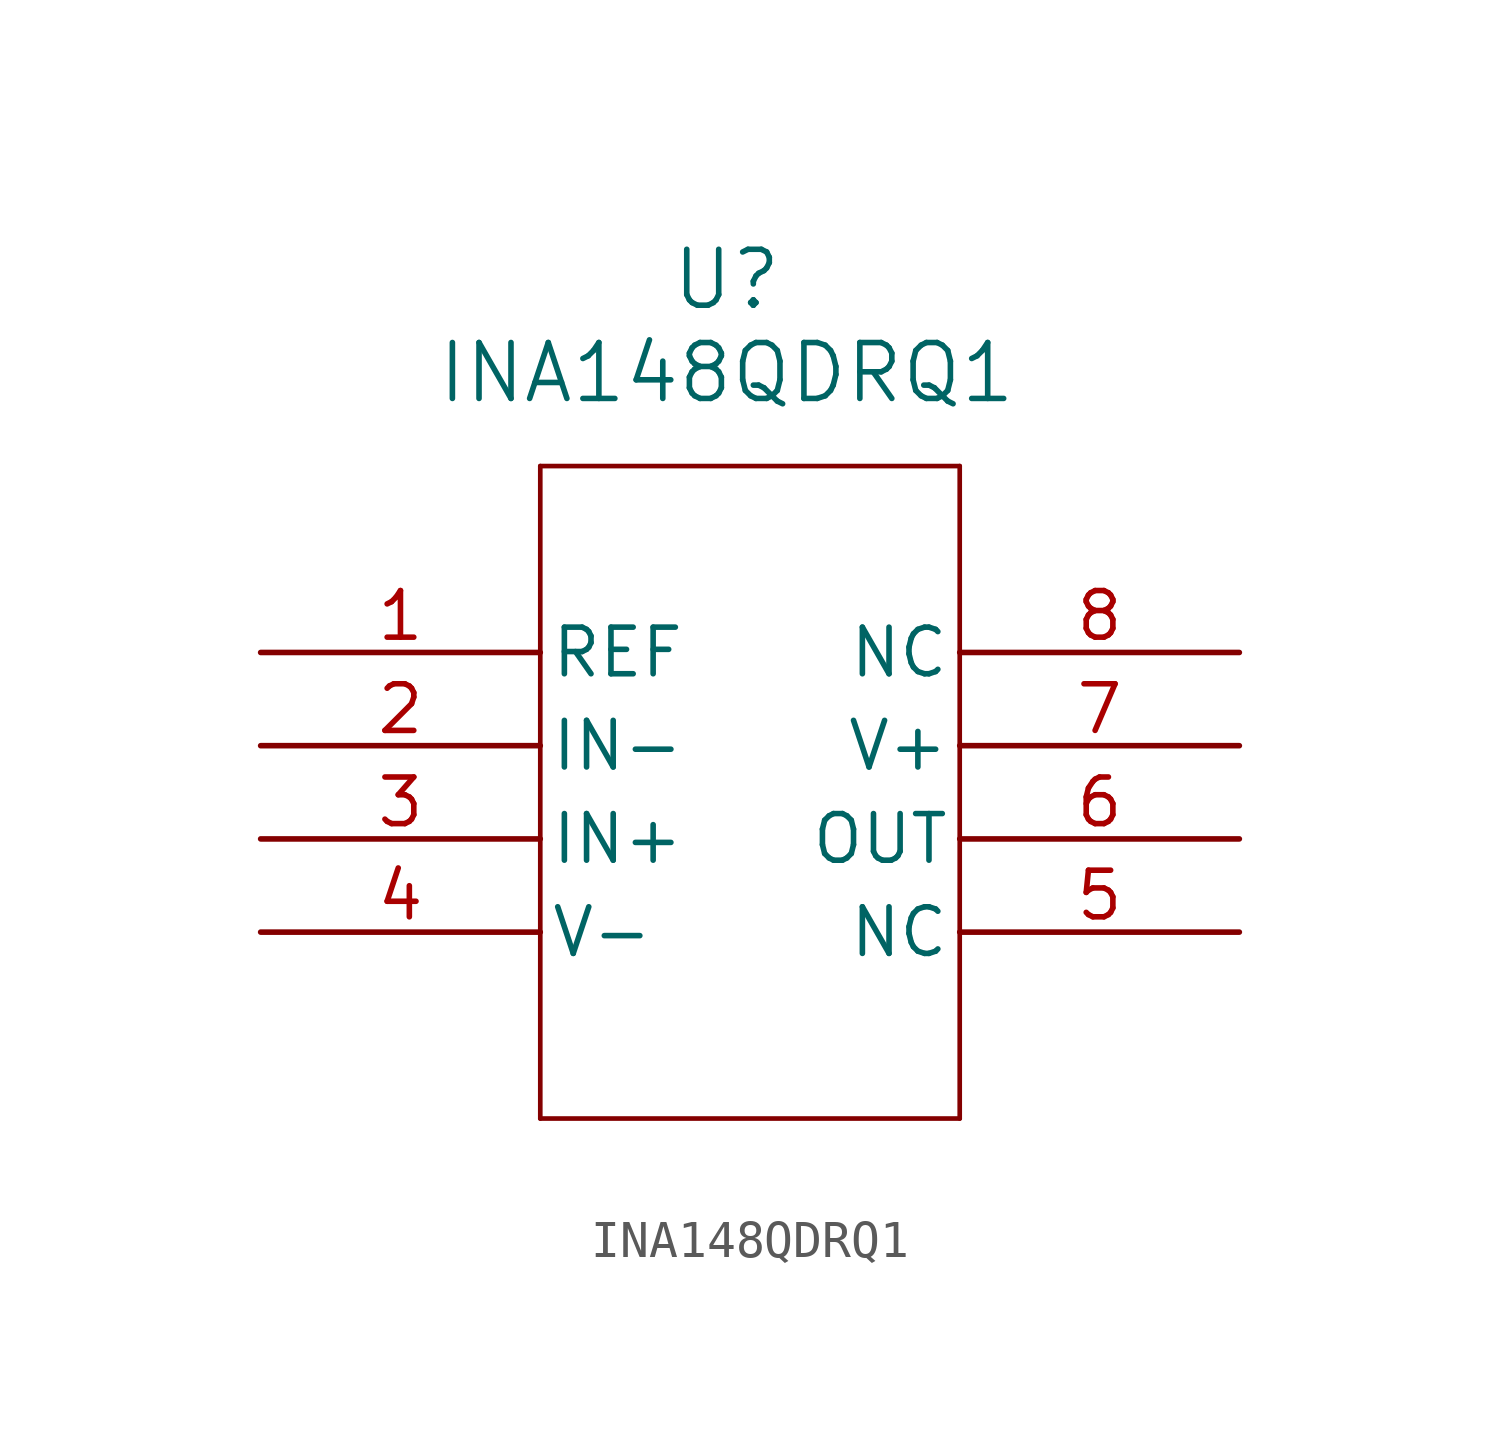
<source format=kicad_sym>
(kicad_symbol_lib
  (version 20220914)
  (generator kicad_symbol_editor)
  (symbol "INA148QDRQ1"
    (pin_names
      (offset 0.254))
    (property "Reference" "U"
      (at 12.7 10.16 0)
      (effects (font (size 1.524 1.524))))
    (property "Value" "INA148QDRQ1"
      (at 12.7 7.62 0)
      (effects (font (size 1.524 1.524))))
    (symbol "INA148QDRQ1_0_1"
      (polyline (pts (xy 7.62 -12.7) (xy 19.05 -12.7)) (stroke (width 0.127) (type default)) (fill (type none)))
      (polyline (pts (xy 7.62 5.08) (xy 7.62 -12.7)) (stroke (width 0.127) (type default)) (fill (type none)))
      (polyline (pts (xy 19.05 -12.7) (xy 19.05 5.08)) (stroke (width 0.127) (type default)) (fill (type none)))
      (polyline (pts (xy 19.05 5.08) (xy 7.62 5.08)) (stroke (width 0.127) (type default)) (fill (type none)))
      (pin unspecified line (at 0 0 0) (length 7.62) (name "REF" (effects (font (size 1.27 1.27)))) (number "1" (effects (font (size 1.27 1.27)))))
      (pin input line (at 0 -2.54 0) (length 7.62) (name "IN-" (effects (font (size 1.27 1.27)))) (number "2" (effects (font (size 1.27 1.27)))))
      (pin input line (at 0 -5.08 0) (length 7.62) (name "IN+" (effects (font (size 1.27 1.27)))) (number "3" (effects (font (size 1.27 1.27)))))
      (pin power_in line (at 0 -7.62 0) (length 7.62) (name "V-" (effects (font (size 1.27 1.27)))) (number "4" (effects (font (size 1.27 1.27)))))
      (pin unspecified line (at 26.67 -7.62 180) (length 7.62) (name "NC" (effects (font (size 1.27 1.27)))) (number "5" (effects (font (size 1.27 1.27)))))
      (pin output line (at 26.67 -5.08 180) (length 7.62) (name "OUT" (effects (font (size 1.27 1.27)))) (number "6" (effects (font (size 1.27 1.27)))))
      (pin power_in line (at 26.67 -2.54 180) (length 7.62) (name "V+" (effects (font (size 1.27 1.27)))) (number "7" (effects (font (size 1.27 1.27)))))
      (pin unspecified line (at 26.67 0 180) (length 7.62) (name "NC" (effects (font (size 1.27 1.27)))) (number "8" (effects (font (size 1.27 1.27))))))))
</source>
